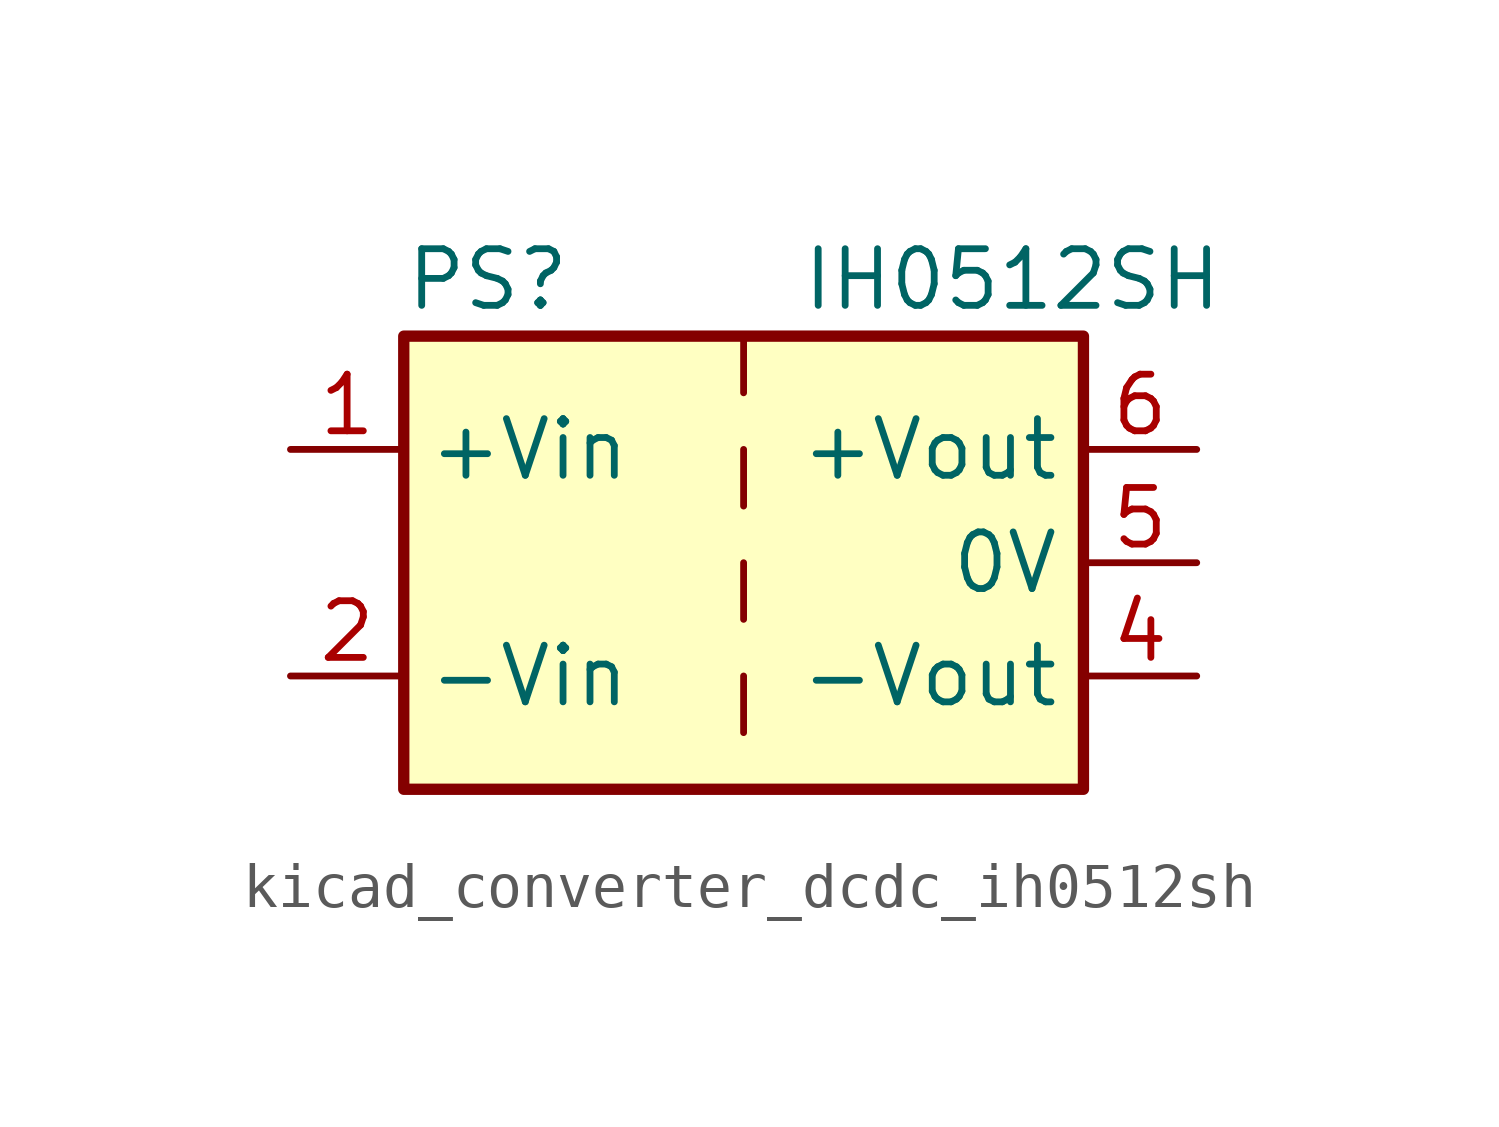
<source format=kicad_sym>
(kicad_symbol_lib
  (version 20220914)
  (generator kicad_symbol_editor)
  (symbol "kicad_converter_dcdc_ih0512sh"
    (property "Reference" "PS"
      (at -7.62 6.35 0)
      (effects (font (size 1.27 1.27)) (justify left)))
    (property "Value" "IH0512SH"
      (at 1.27 6.35 0)
      (effects (font (size 1.27 1.27)) (justify left)))
    (symbol "kicad_converter_dcdc_ih0512sh_0_0"
      (pin power_in line (at -10.16 2.54 0) (length 2.54) (name "+Vin" (effects (font (size 1.27 1.27)))) (number "1" (effects (font (size 1.27 1.27)))))
      (pin power_in line (at -10.16 -2.54 0) (length 2.54) (name "-Vin" (effects (font (size 1.27 1.27)))) (number "2" (effects (font (size 1.27 1.27)))))
      (pin power_out line (at 10.16 -2.54 180) (length 2.54) (name "-Vout" (effects (font (size 1.27 1.27)))) (number "4" (effects (font (size 1.27 1.27)))))
      (pin power_out line (at 10.16 0 180) (length 2.54) (name "0V" (effects (font (size 1.27 1.27)))) (number "5" (effects (font (size 1.27 1.27)))))
      (pin power_out line (at 10.16 2.54 180) (length 2.54) (name "+Vout" (effects (font (size 1.27 1.27)))) (number "6" (effects (font (size 1.27 1.27))))))
    (symbol "kicad_converter_dcdc_ih0512sh_0_1"
      (rectangle (start -7.62 5.08) (end 7.62 -5.08) (stroke (width 0.254) (type default)) (fill (type background)))
      (polyline (pts (xy 0 -2.54) (xy 0 -3.81)) (stroke (width 0) (type default)) (fill (type none)))
      (polyline (pts (xy 0 0) (xy 0 -1.27)) (stroke (width 0) (type default)) (fill (type none)))
      (polyline (pts (xy 0 2.54) (xy 0 1.27)) (stroke (width 0) (type default)) (fill (type none)))
      (polyline (pts (xy 0 5.08) (xy 0 3.81)) (stroke (width 0) (type default)) (fill (type none))))))
</source>
